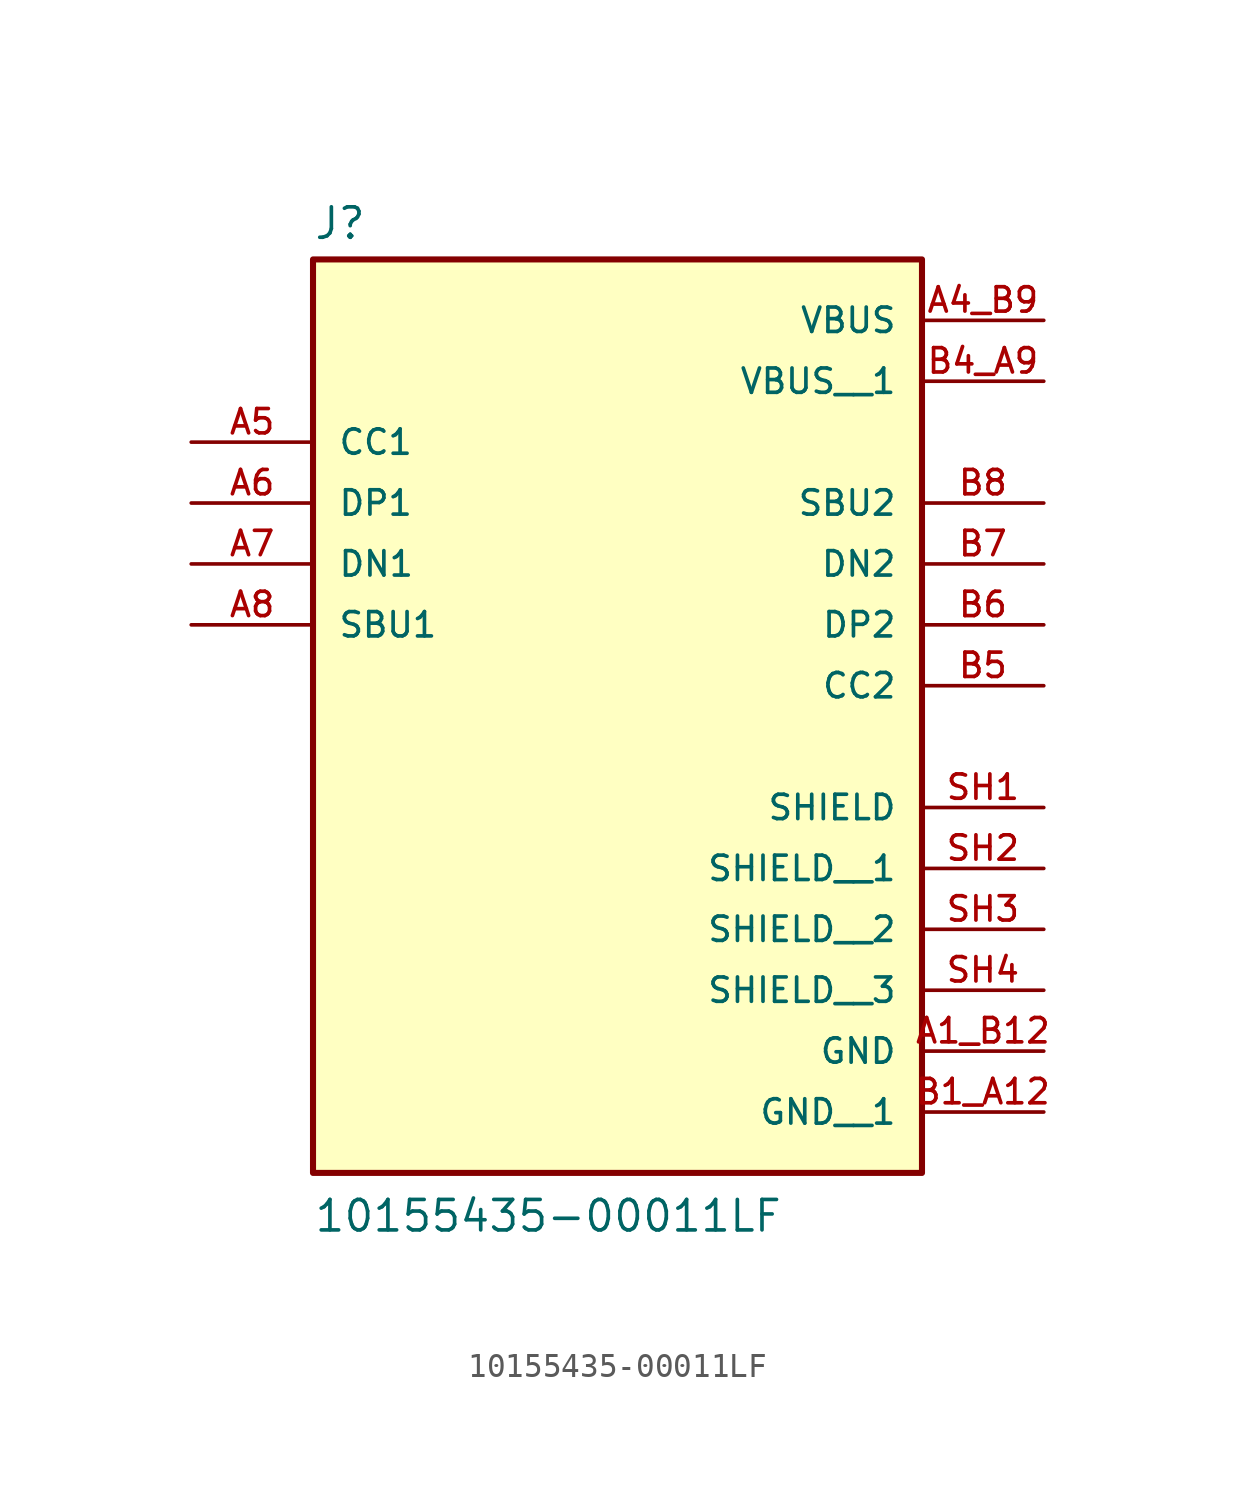
<source format=kicad_sym>
(kicad_symbol_lib
  (version 20241209)
  (generator "kicad_symbol_editor")
  (generator_version "9.0")
  (symbol "10155435-00011LF"
    (pin_names
      (offset 1.016))
    (property "Reference" "J"
      (at -12.7 13.462 0)
      (effects (font (size 1.27 1.27)) (justify left bottom)))
    (property "Value" "10155435-00011LF"
      (at -12.7 -27.94 0)
      (effects (font (size 1.27 1.27)) (justify left bottom)))
    (symbol "10155435-00011LF_0_0"
      (rectangle (start -12.7 -25.4) (end 12.7 12.7) (stroke (width 0.254) (type default)) (fill (type background)))
      (pin bidirectional line (at -17.78 5.08 0) (length 5.08) (name "CC1" (effects (font (size 1.016 1.016)))) (number "A5" (effects (font (size 1.016 1.016)))))
      (pin bidirectional line (at -17.78 2.54 0) (length 5.08) (name "DP1" (effects (font (size 1.016 1.016)))) (number "A6" (effects (font (size 1.016 1.016)))))
      (pin bidirectional line (at -17.78 0 0) (length 5.08) (name "DN1" (effects (font (size 1.016 1.016)))) (number "A7" (effects (font (size 1.016 1.016)))))
      (pin bidirectional line (at -17.78 -2.54 0) (length 5.08) (name "SBU1" (effects (font (size 1.016 1.016)))) (number "A8" (effects (font (size 1.016 1.016)))))
      (pin power_in line (at 17.78 10.16 180) (length 5.08) (name "VBUS" (effects (font (size 1.016 1.016)))) (number "A4_B9" (effects (font (size 1.016 1.016)))))
      (pin power_in line (at 17.78 7.62 180) (length 5.08) (name "VBUS__1" (effects (font (size 1.016 1.016)))) (number "B4_A9" (effects (font (size 1.016 1.016)))))
      (pin bidirectional line (at 17.78 2.54 180) (length 5.08) (name "SBU2" (effects (font (size 1.016 1.016)))) (number "B8" (effects (font (size 1.016 1.016)))))
      (pin bidirectional line (at 17.78 0 180) (length 5.08) (name "DN2" (effects (font (size 1.016 1.016)))) (number "B7" (effects (font (size 1.016 1.016)))))
      (pin bidirectional line (at 17.78 -2.54 180) (length 5.08) (name "DP2" (effects (font (size 1.016 1.016)))) (number "B6" (effects (font (size 1.016 1.016)))))
      (pin bidirectional line (at 17.78 -5.08 180) (length 5.08) (name "CC2" (effects (font (size 1.016 1.016)))) (number "B5" (effects (font (size 1.016 1.016)))))
      (pin passive line (at 17.78 -10.16 180) (length 5.08) (name "SHIELD" (effects (font (size 1.016 1.016)))) (number "SH1" (effects (font (size 1.016 1.016)))))
      (pin passive line (at 17.78 -12.7 180) (length 5.08) (name "SHIELD__1" (effects (font (size 1.016 1.016)))) (number "SH2" (effects (font (size 1.016 1.016)))))
      (pin passive line (at 17.78 -15.24 180) (length 5.08) (name "SHIELD__2" (effects (font (size 1.016 1.016)))) (number "SH3" (effects (font (size 1.016 1.016)))))
      (pin passive line (at 17.78 -17.78 180) (length 5.08) (name "SHIELD__3" (effects (font (size 1.016 1.016)))) (number "SH4" (effects (font (size 1.016 1.016)))))
      (pin power_in line (at 17.78 -20.32 180) (length 5.08) (name "GND" (effects (font (size 1.016 1.016)))) (number "A1_B12" (effects (font (size 1.016 1.016)))))
      (pin power_in line (at 17.78 -22.86 180) (length 5.08) (name "GND__1" (effects (font (size 1.016 1.016)))) (number "B1_A12" (effects (font (size 1.016 1.016))))))))
</source>
